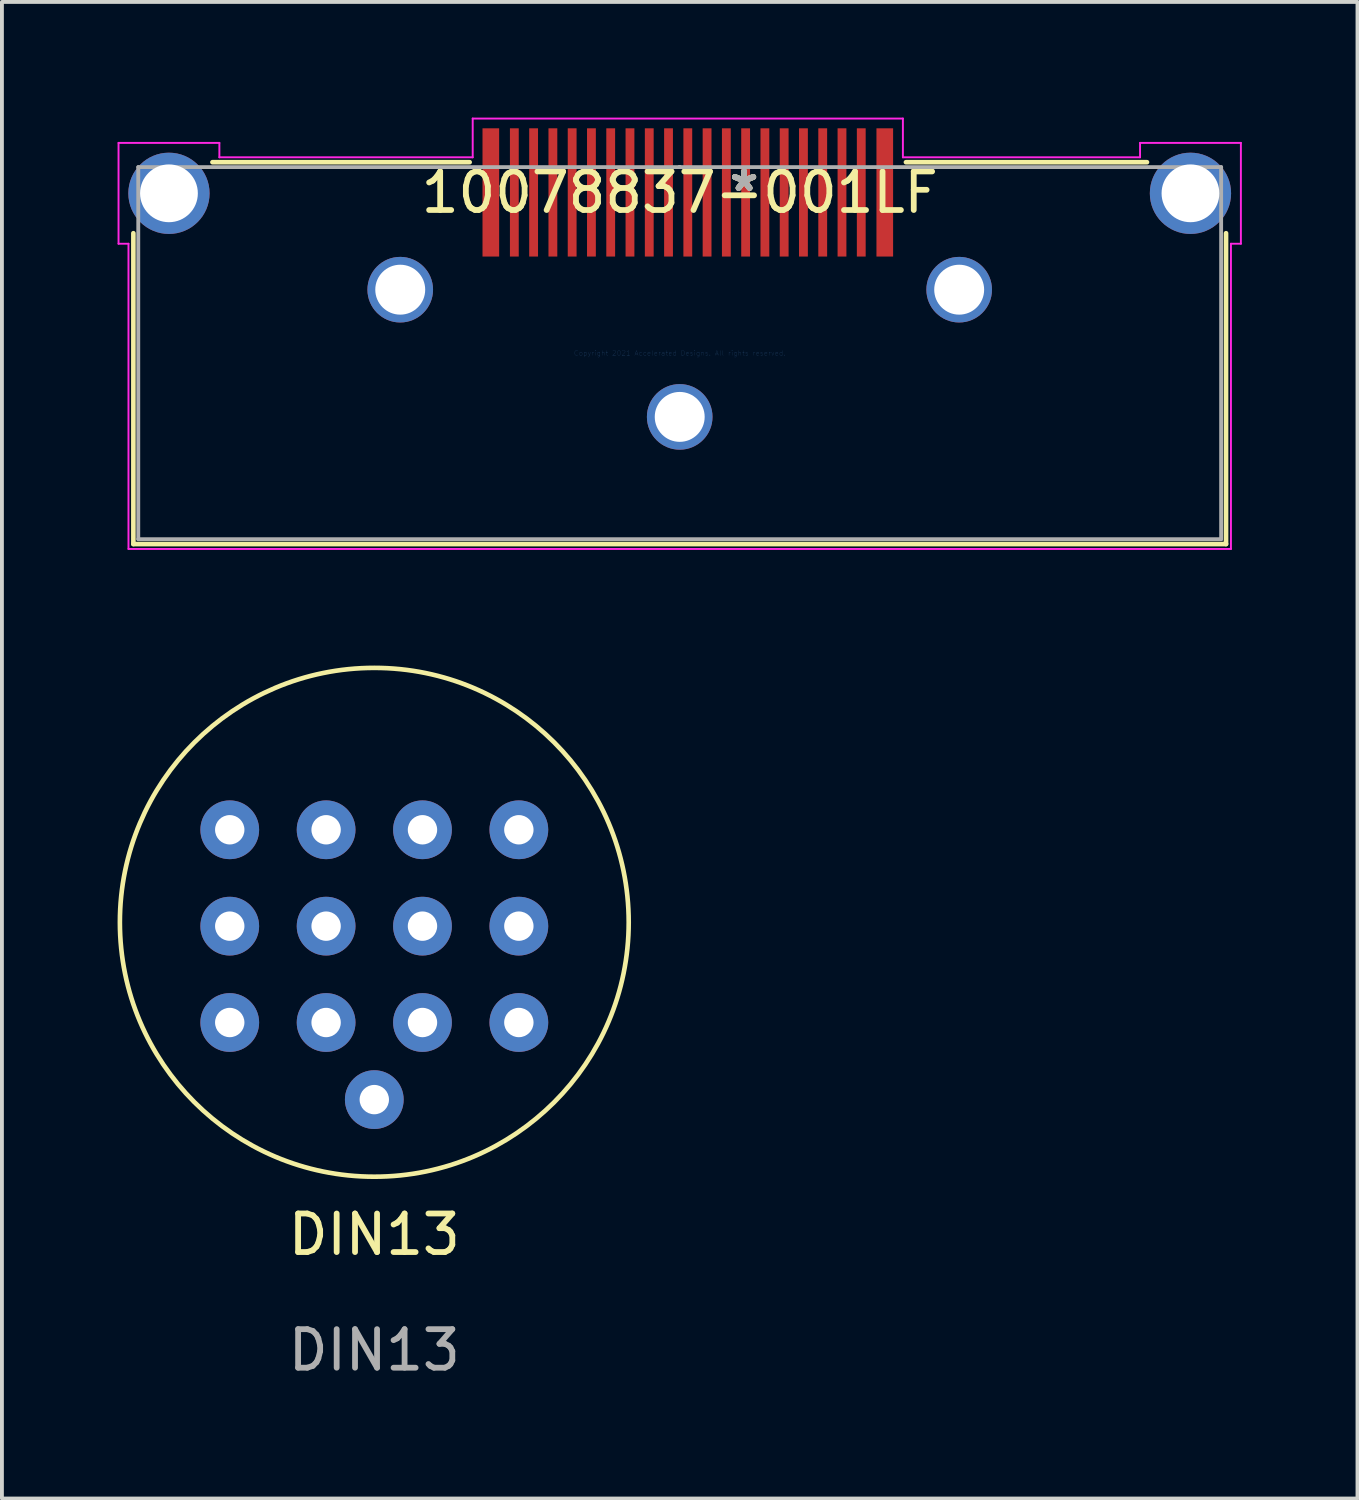
<source format=kicad_pcb>
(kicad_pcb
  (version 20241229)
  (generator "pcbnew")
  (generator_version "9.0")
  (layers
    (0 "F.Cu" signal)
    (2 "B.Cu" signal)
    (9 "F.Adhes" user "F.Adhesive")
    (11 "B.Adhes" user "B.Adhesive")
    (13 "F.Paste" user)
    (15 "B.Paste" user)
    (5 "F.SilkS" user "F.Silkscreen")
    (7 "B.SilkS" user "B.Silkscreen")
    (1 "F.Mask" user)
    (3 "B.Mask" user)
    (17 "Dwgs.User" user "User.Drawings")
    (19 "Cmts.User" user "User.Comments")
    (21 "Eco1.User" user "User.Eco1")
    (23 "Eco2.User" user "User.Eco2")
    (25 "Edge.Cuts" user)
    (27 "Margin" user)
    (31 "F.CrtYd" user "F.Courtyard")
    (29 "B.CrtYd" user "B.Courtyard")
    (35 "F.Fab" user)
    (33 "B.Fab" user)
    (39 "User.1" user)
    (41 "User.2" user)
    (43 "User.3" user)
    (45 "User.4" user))
  (footprint "10078837-001LF"
    (layer "F.Cu")
    (at 14.583 6.111)
    (property "Reference" "10078837-001LF" (at 0 -4.168 0) (layer "F.SilkS") (effects (font (size 1 1) (thickness 0.15))))
    (fp_line (start -14.173 -3.111) (end -14.173 4.953) (stroke (width 0.12) (type solid)) (layer "F.SilkS"))
    (fp_line (start -14.173 4.953) (end 14.173 4.953) (stroke (width 0.12) (type solid)) (layer "F.SilkS"))
    (fp_line (start -5.449 -4.953) (end -12.122 -4.953) (stroke (width 0.12) (type solid)) (layer "F.SilkS"))
    (fp_line (start 12.122 -4.953) (end 5.869 -4.953) (stroke (width 0.12) (type solid)) (layer "F.SilkS"))
    (fp_line (start 14.173 4.953) (end 14.173 -3.111) (stroke (width 0.12) (type solid)) (layer "F.SilkS"))
    (fp_line (start -14.558 -5.454) (end -14.558 -2.838) (stroke (width 0.05) (type solid)) (layer "F.CrtYd"))
    (fp_line (start -14.558 -2.838) (end -14.3 -2.838) (stroke (width 0.05) (type solid)) (layer "F.CrtYd"))
    (fp_line (start -14.3 -2.838) (end -14.3 5.08) (stroke (width 0.05) (type solid)) (layer "F.CrtYd"))
    (fp_line (start -14.3 5.08) (end 14.3 5.08) (stroke (width 0.05) (type solid)) (layer "F.CrtYd"))
    (fp_line (start -11.942 -5.454) (end -14.558 -5.454) (stroke (width 0.05) (type solid)) (layer "F.CrtYd"))
    (fp_line (start -11.942 -5.08) (end -11.942 -5.454) (stroke (width 0.05) (type solid)) (layer "F.CrtYd"))
    (fp_line (start -5.37 -6.086) (end -5.37 -5.08) (stroke (width 0.05) (type solid)) (layer "F.CrtYd"))
    (fp_line (start -5.37 -5.08) (end -11.942 -5.08) (stroke (width 0.05) (type solid)) (layer "F.CrtYd"))
    (fp_line (start 5.79 -6.086) (end -5.37 -6.086) (stroke (width 0.05) (type solid)) (layer "F.CrtYd"))
    (fp_line (start 5.79 -5.08) (end 5.79 -6.086) (stroke (width 0.05) (type solid)) (layer "F.CrtYd"))
    (fp_line (start 11.942 -5.454) (end 11.942 -5.08) (stroke (width 0.05) (type solid)) (layer "F.CrtYd"))
    (fp_line (start 11.942 -5.08) (end 5.79 -5.08) (stroke (width 0.05) (type solid)) (layer "F.CrtYd"))
    (fp_line (start 14.3 -2.838) (end 14.558 -2.838) (stroke (width 0.05) (type solid)) (layer "F.CrtYd"))
    (fp_line (start 14.3 5.08) (end 14.3 -2.838) (stroke (width 0.05) (type solid)) (layer "F.CrtYd"))
    (fp_line (start 14.558 -5.454) (end 11.942 -5.454) (stroke (width 0.05) (type solid)) (layer "F.CrtYd"))
    (fp_line (start 14.558 -2.838) (end 14.558 -5.454) (stroke (width 0.05) (type solid)) (layer "F.CrtYd"))
    (fp_line (start -14.046 -4.826) (end -14.046 4.826) (stroke (width 0.1) (type solid)) (layer "F.Fab"))
    (fp_line (start -14.046 4.826) (end 14.046 4.826) (stroke (width 0.1) (type solid)) (layer "F.Fab"))
    (fp_line (start 0 -4.826) (end 0 -4.826) (stroke (width 0.1) (type solid)) (layer "F.Fab"))
    (fp_line (start 0 -4.826) (end 0 -4.826) (stroke (width 0.1) (type solid)) (layer "F.Fab"))
    (fp_line (start 0 -4.826) (end 0 -4.826) (stroke (width 0.1) (type solid)) (layer "F.Fab"))
    (fp_line (start 0 -4.826) (end 0 -4.826) (stroke (width 0.1) (type solid)) (layer "F.Fab"))
    (fp_line (start 14.046 -4.826) (end -14.046 -4.826) (stroke (width 0.1) (type solid)) (layer "F.Fab"))
    (fp_line (start 14.046 4.826) (end 14.046 -4.826) (stroke (width 0.1) (type solid)) (layer "F.Fab"))
    (fp_text user "*" (at 1.67 -4.168 0) (layer "F.SilkS") (effects (font (size 1 1) (thickness 0.15))))
    (fp_text user "*" (at 1.67 -4.168 0) (layer "F.SilkS") (effects (font (size 1 1) (thickness 0.15))))
    (fp_text user "Copyright 2021 Accelerated Designs. All rights reserved." (at 0 0 0) (layer "Cmts.User") (effects (font (size 0.127 0.127) (thickness 0.002))))
    (fp_text user "*" (at 1.67 -4.168 0) (layer "F.Fab") (effects (font (size 1 1) (thickness 0.15))))
    (fp_text user "*" (at 1.67 -4.168 0) (layer "F.Fab") (effects (font (size 1 1) (thickness 0.15))))
    (pad "1" smd rect (at 4.21 -4.169) (size 0.229 3.327) (layers "F.Cu" "F.Mask" "F.Paste"))
    (pad "2" smd rect (at 3.71 -4.169) (size 0.229 3.327) (layers "F.Cu" "F.Mask" "F.Paste"))
    (pad "3" smd rect (at 3.21 -4.169) (size 0.229 3.327) (layers "F.Cu" "F.Mask" "F.Paste"))
    (pad "4" smd rect (at 2.71 -4.169) (size 0.229 3.327) (layers "F.Cu" "F.Mask" "F.Paste"))
    (pad "5" smd rect (at 2.21 -4.169) (size 0.229 3.327) (layers "F.Cu" "F.Mask" "F.Paste"))
    (pad "6" smd rect (at 1.71 -4.169) (size 0.229 3.327) (layers "F.Cu" "F.Mask" "F.Paste"))
    (pad "7" smd rect (at 1.21 -4.169) (size 0.229 3.327) (layers "F.Cu" "F.Mask" "F.Paste"))
    (pad "8" smd rect (at 0.71 -4.169) (size 0.229 3.327) (layers "F.Cu" "F.Mask" "F.Paste"))
    (pad "9" smd rect (at 0.21 -4.169) (size 0.229 3.327) (layers "F.Cu" "F.Mask" "F.Paste"))
    (pad "10" smd rect (at -0.29 -4.169) (size 0.229 3.327) (layers "F.Cu" "F.Mask" "F.Paste"))
    (pad "11" smd rect (at -0.79 -4.169) (size 0.229 3.327) (layers "F.Cu" "F.Mask" "F.Paste"))
    (pad "12" smd rect (at -1.29 -4.169) (size 0.229 3.327) (layers "F.Cu" "F.Mask" "F.Paste"))
    (pad "13" smd rect (at -1.79 -4.169) (size 0.229 3.327) (layers "F.Cu" "F.Mask" "F.Paste"))
    (pad "14" smd rect (at -2.29 -4.169) (size 0.229 3.327) (layers "F.Cu" "F.Mask" "F.Paste"))
    (pad "15" smd rect (at -2.79 -4.169) (size 0.229 3.327) (layers "F.Cu" "F.Mask" "F.Paste"))
    (pad "16" smd rect (at -3.29 -4.169) (size 0.229 3.327) (layers "F.Cu" "F.Mask" "F.Paste"))
    (pad "17" smd rect (at -3.79 -4.169) (size 0.229 3.327) (layers "F.Cu" "F.Mask" "F.Paste"))
    (pad "18" smd rect (at -4.29 -4.169) (size 0.229 3.327) (layers "F.Cu" "F.Mask" "F.Paste"))
    (pad "19" smd rect (at -4.9 -4.169) (size 0.432 3.327) (layers "F.Cu" "F.Mask" "F.Paste"))
    (pad "20" smd rect (at 4.71 -4.169) (size 0.229 3.327) (layers "F.Cu" "F.Mask" "F.Paste"))
    (pad "21" smd rect (at 5.32 -4.169) (size 0.432 3.327) (layers "F.Cu" "F.Mask" "F.Paste"))
    (pad "SH" thru_hole circle (at -13.25 -4.146) (size 2.108 2.108) (drill 1.499) (layers "*.Cu" "*.Mask"))
    (pad "SH" thru_hole circle (at -7.25 -1.646) (size 1.702 1.702) (drill 1.295) (layers "*.Cu" "*.Mask"))
    (pad "SH" thru_hole circle (at 0 1.654) (size 1.702 1.702) (drill 1.295) (layers "*.Cu" "*.Mask"))
    (pad "SH" thru_hole circle (at 7.25 -1.646) (size 1.702 1.702) (drill 1.295) (layers "*.Cu" "*.Mask"))
    (pad "SH" thru_hole circle (at 13.25 -4.146) (size 2.108 2.108) (drill 1.499) (layers "*.Cu" "*.Mask")))
  (footprint "DIN13"
    (layer "F.Cu")
    (at 2.91 18.476)
    (property "Reference" "DIN13" (at 3.75 10.5 0) (unlocked yes) (layer "F.SilkS") (effects (font (size 1 1) (thickness 0.15))))
    (fp_circle (center 3.75 2.4) (end 10.35 2.4) (stroke (width 0.12) (type solid)) (fill no) (layer "F.SilkS"))
    (fp_text user "${REFERENCE}" (at 3.75 13.5 0) (unlocked yes) (layer "F.Fab") (effects (font (size 1 1) (thickness 0.15))))
    (pad "1" thru_hole circle (at 7.5 0) (size 1.524 1.524) (drill 0.762) (layers "*.Cu" "*.Mask"))
    (pad "2" thru_hole circle (at 5 0) (size 1.524 1.524) (drill 0.762) (layers "*.Cu" "*.Mask"))
    (pad "3" thru_hole circle (at 2.5 0) (size 1.524 1.524) (drill 0.762) (layers "*.Cu" "*.Mask"))
    (pad "4" thru_hole circle (at 0 0) (size 1.524 1.524) (drill 0.762) (layers "*.Cu" "*.Mask"))
    (pad "5" thru_hole circle (at 0 2.5) (size 1.524 1.524) (drill 0.762) (layers "*.Cu" "*.Mask"))
    (pad "6" thru_hole circle (at 2.5 2.5) (size 1.524 1.524) (drill 0.762) (layers "*.Cu" "*.Mask"))
    (pad "7" thru_hole circle (at 5 2.5) (size 1.524 1.524) (drill 0.762) (layers "*.Cu" "*.Mask"))
    (pad "8" thru_hole circle (at 7.5 2.5) (size 1.524 1.524) (drill 0.762) (layers "*.Cu" "*.Mask"))
    (pad "9" thru_hole circle (at 7.5 5) (size 1.524 1.524) (drill 0.762) (layers "*.Cu" "*.Mask"))
    (pad "10" thru_hole circle (at 5 5) (size 1.524 1.524) (drill 0.762) (layers "*.Cu" "*.Mask"))
    (pad "11" thru_hole circle (at 2.5 5) (size 1.524 1.524) (drill 0.762) (layers "*.Cu" "*.Mask"))
    (pad "12" thru_hole circle (at 0 5) (size 1.524 1.524) (drill 0.762) (layers "*.Cu" "*.Mask"))
    (pad "13" thru_hole circle (at 3.75 7) (size 1.524 1.524) (drill 0.762) (layers "*.Cu" "*.Mask")))
  (gr_rect
    (start -3 -3)
    (end 32.166 35.824)
    (stroke (width 0.1) (type default))
    (fill no)
    (layer "Edge.Cuts")))
</source>
